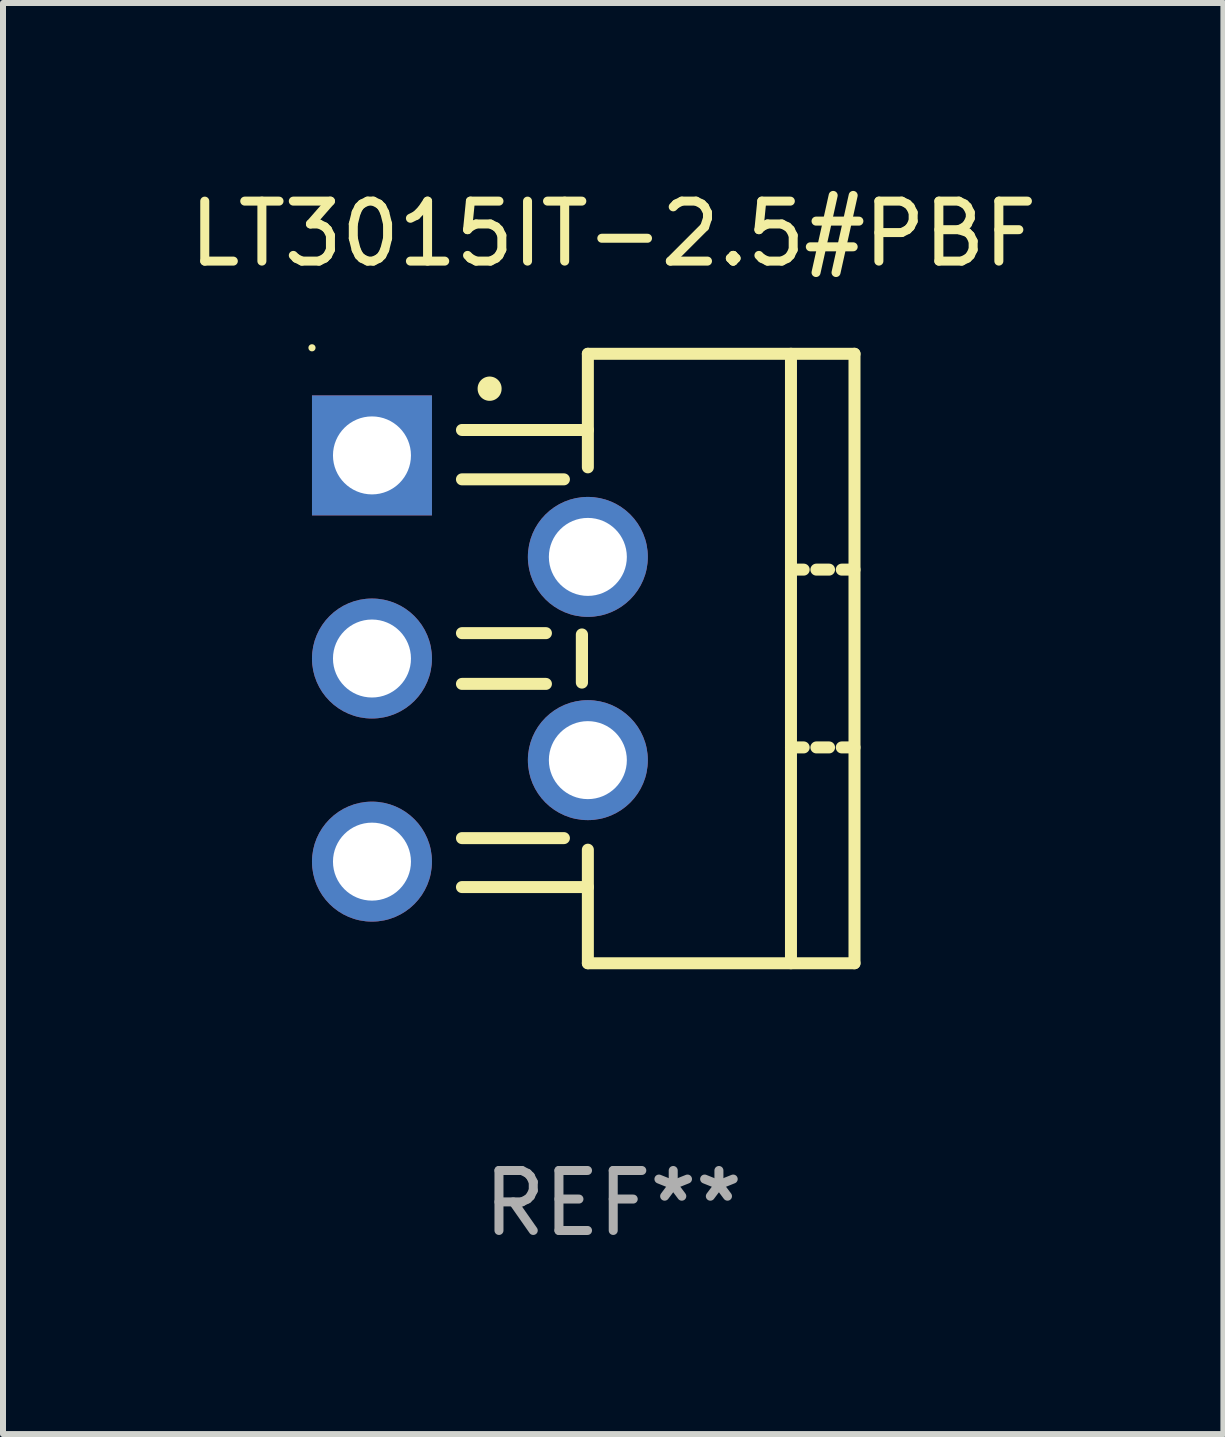
<source format=kicad_pcb>
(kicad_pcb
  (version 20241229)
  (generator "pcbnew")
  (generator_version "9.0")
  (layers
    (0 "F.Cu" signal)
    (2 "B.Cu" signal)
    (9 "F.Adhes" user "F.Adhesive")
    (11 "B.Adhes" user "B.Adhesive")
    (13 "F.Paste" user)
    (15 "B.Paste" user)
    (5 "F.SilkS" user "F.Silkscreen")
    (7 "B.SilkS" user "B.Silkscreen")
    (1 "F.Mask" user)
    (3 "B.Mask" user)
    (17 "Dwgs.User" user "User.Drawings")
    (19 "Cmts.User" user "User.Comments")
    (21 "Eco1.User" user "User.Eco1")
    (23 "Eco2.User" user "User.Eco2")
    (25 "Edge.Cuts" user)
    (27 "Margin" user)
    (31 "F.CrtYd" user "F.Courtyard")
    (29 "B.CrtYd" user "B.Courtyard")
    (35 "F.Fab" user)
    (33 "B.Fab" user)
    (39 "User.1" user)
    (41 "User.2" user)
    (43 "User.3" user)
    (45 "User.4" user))
  (footprint "LT3015IT-2.5#PBF"
    (layer "F.Cu")
    (at 7.173 7.928)
    (property "Reference" "LT3015IT-2.5#PBF" (at 0 -7.08 0) (layer "F.SilkS") (effects (font (size 1 1) (thickness 0.15))))
    (attr through_hole)
    (fp_line (start -2.522 -3.81) (end -0.423 -3.81) (stroke (width 0.2) (type solid)) (layer "F.SilkS"))
    (fp_line (start -2.522 -2.987) (end -0.822 -2.987) (stroke (width 0.2) (type solid)) (layer "F.SilkS"))
    (fp_line (start -2.522 -0.423) (end -1.122 -0.423) (stroke (width 0.2) (type solid)) (layer "F.SilkS"))
    (fp_line (start -2.522 0.423) (end -1.122 0.423) (stroke (width 0.2) (type solid)) (layer "F.SilkS"))
    (fp_line (start -2.522 2.994) (end -0.822 2.994) (stroke (width 0.2) (type solid)) (layer "F.SilkS"))
    (fp_line (start -2.522 3.81) (end -0.423 3.81) (stroke (width 0.2) (type solid)) (layer "F.SilkS"))
    (fp_line (start -0.522 0.4) (end -0.522 -0.4) (stroke (width 0.203) (type solid)) (layer "F.SilkS"))
    (fp_line (start -0.423 -5.08) (end 4.022 -5.08) (stroke (width 0.2) (type solid)) (layer "F.SilkS"))
    (fp_line (start -0.423 -3.187) (end -0.423 -5.08) (stroke (width 0.2) (type solid)) (layer "F.SilkS"))
    (fp_line (start -0.423 5.08) (end -0.423 3.187) (stroke (width 0.2) (type solid)) (layer "F.SilkS"))
    (fp_line (start 2.963 -1.482) (end 3.175 -1.482) (stroke (width 0.2) (type solid)) (layer "F.SilkS"))
    (fp_line (start 2.963 1.482) (end 3.175 1.482) (stroke (width 0.2) (type solid)) (layer "F.SilkS"))
    (fp_line (start 2.963 5.08) (end 2.963 -5.08) (stroke (width 0.2) (type solid)) (layer "F.SilkS"))
    (fp_line (start 3.387 -1.482) (end 3.598 -1.482) (stroke (width 0.2) (type solid)) (layer "F.SilkS"))
    (fp_line (start 3.387 1.482) (end 3.598 1.482) (stroke (width 0.2) (type solid)) (layer "F.SilkS"))
    (fp_line (start 3.81 -1.482) (end 4.022 -1.482) (stroke (width 0.2) (type solid)) (layer "F.SilkS"))
    (fp_line (start 3.81 1.482) (end 4.022 1.482) (stroke (width 0.2) (type solid)) (layer "F.SilkS"))
    (fp_line (start 4.022 -5.08) (end 4.022 5.08) (stroke (width 0.2) (type solid)) (layer "F.SilkS"))
    (fp_line (start 4.022 5.08) (end -0.423 5.08) (stroke (width 0.2) (type solid)) (layer "F.SilkS"))
    (fp_arc (start -2.060833 -4.495809) (mid -2.060849 -4.498349) (end -2.060833 -4.500889) (stroke (width 0.4) (type solid)) (layer "F.SilkS"))
    (fp_circle (center -5.022 -5.18) (end -4.992 -5.18) (stroke (width 0.06) (type solid)) (fill no) (layer "F.SilkS"))
    (fp_text user "REF**" (at 0 9.08 0) (layer "F.Fab") (effects (font (size 1 1) (thickness 0.15))))
    (pad "1" thru_hole rect (at -4.022 -3.386 270) (size 2 2) (drill 1.3) (layers "*.Cu" "*.Mask"))
    (pad "2" thru_hole circle (at -0.423 -1.694) (size 2 2) (drill 1.3) (layers "*.Cu" "*.Mask"))
    (pad "3" thru_hole circle (at -4.022 0) (size 2 2) (drill 1.3) (layers "*.Cu" "*.Mask"))
    (pad "4" thru_hole circle (at -0.423 1.694) (size 2 2) (drill 1.3) (layers "*.Cu" "*.Mask"))
    (pad "5" thru_hole circle (at -4.022 3.386) (size 2 2) (drill 1.3) (layers "*.Cu" "*.Mask")))
  (gr_rect
    (start -3 -3)
    (end 17.345 20.857)
    (stroke (width 0.1) (type default))
    (fill no)
    (layer "Edge.Cuts")))
</source>
